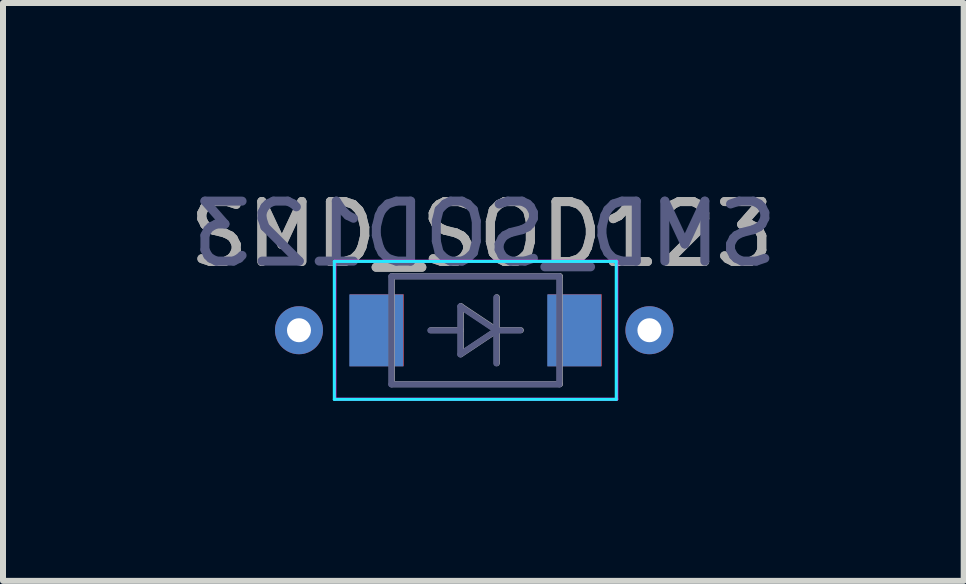
<source format=kicad_pcb>
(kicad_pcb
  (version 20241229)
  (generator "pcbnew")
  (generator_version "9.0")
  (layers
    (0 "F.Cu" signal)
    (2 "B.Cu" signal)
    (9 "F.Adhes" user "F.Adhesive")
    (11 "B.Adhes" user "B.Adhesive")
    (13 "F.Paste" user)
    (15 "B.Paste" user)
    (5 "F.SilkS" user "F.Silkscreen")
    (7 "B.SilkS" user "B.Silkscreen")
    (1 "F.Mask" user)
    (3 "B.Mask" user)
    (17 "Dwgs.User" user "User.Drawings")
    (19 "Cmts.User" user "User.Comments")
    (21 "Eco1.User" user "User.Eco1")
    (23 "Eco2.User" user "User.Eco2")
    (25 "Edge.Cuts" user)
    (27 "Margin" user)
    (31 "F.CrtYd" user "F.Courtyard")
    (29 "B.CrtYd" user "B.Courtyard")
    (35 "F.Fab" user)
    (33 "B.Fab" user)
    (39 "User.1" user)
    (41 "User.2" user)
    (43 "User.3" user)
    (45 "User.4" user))
  (footprint "SMD_SOD123"
    (layer "F.Cu")
    (at 4.982 2.855)
    (property "Reference" "SMD_SOD123" (at 0 -2 0) (layer "F.Fab") (effects (font (size 1 1) (thickness 0.15))))
    (attr smd)
    (fp_line (start -2.459 -1.547) (end -2.459 0.753) (stroke (width 0.05) (type solid)) (layer "B.CrtYd"))
    (fp_line (start -2.459 0.753) (end 2.241 0.753) (stroke (width 0.05) (type solid)) (layer "B.CrtYd"))
    (fp_line (start 2.241 -1.547) (end -2.459 -1.547) (stroke (width 0.05) (type solid)) (layer "B.CrtYd"))
    (fp_line (start 2.241 -1.547) (end 2.241 0.753) (stroke (width 0.05) (type solid)) (layer "B.CrtYd"))
    (fp_line (start -2.45 -1.55) (end 2.25 -1.55) (stroke (width 0.05) (type solid)) (layer "F.CrtYd"))
    (fp_line (start -2.45 0.75) (end -2.45 -1.55) (stroke (width 0.05) (type solid)) (layer "F.CrtYd"))
    (fp_line (start 2.25 0.75) (end -2.45 0.75) (stroke (width 0.05) (type solid)) (layer "F.CrtYd"))
    (fp_line (start 2.25 0.75) (end 2.25 -1.55) (stroke (width 0.05) (type solid)) (layer "F.CrtYd"))
    (fp_line (start -1.509 -1.297) (end -1.509 0.503) (stroke (width 0.1) (type solid)) (layer "B.Fab"))
    (fp_line (start -1.509 0.503) (end 1.291 0.503) (stroke (width 0.1) (type solid)) (layer "B.Fab"))
    (fp_line (start -0.359 -0.797) (end -0.359 0.003) (stroke (width 0.1) (type solid)) (layer "B.Fab"))
    (fp_line (start -0.359 -0.397) (end -0.859 -0.397) (stroke (width 0.1) (type solid)) (layer "B.Fab"))
    (fp_line (start -0.359 0.003) (end 0.241 -0.397) (stroke (width 0.1) (type solid)) (layer "B.Fab"))
    (fp_line (start 0.241 -0.397) (end -0.359 -0.797) (stroke (width 0.1) (type solid)) (layer "B.Fab"))
    (fp_line (start 0.241 -0.397) (end 0.241 -0.947) (stroke (width 0.1) (type solid)) (layer "B.Fab"))
    (fp_line (start 0.241 -0.397) (end 0.241 0.153) (stroke (width 0.1) (type solid)) (layer "B.Fab"))
    (fp_line (start 0.641 -0.397) (end 0.241 -0.397) (stroke (width 0.1) (type solid)) (layer "B.Fab"))
    (fp_line (start 1.291 -1.297) (end -1.509 -1.297) (stroke (width 0.1) (type solid)) (layer "B.Fab"))
    (fp_line (start 1.291 0.503) (end 1.291 -1.297) (stroke (width 0.1) (type solid)) (layer "B.Fab"))
    (fp_line (start -1.5 -1.3) (end 1.3 -1.3) (stroke (width 0.1) (type solid)) (layer "F.Fab"))
    (fp_line (start -1.5 0.5) (end -1.5 -1.3) (stroke (width 0.1) (type solid)) (layer "F.Fab"))
    (fp_line (start -0.35 -0.8) (end 0.25 -0.4) (stroke (width 0.1) (type solid)) (layer "F.Fab"))
    (fp_line (start -0.35 -0.4) (end -0.85 -0.4) (stroke (width 0.1) (type solid)) (layer "F.Fab"))
    (fp_line (start -0.35 0) (end -0.35 -0.8) (stroke (width 0.1) (type solid)) (layer "F.Fab"))
    (fp_line (start 0.25 -0.4) (end -0.35 0) (stroke (width 0.1) (type solid)) (layer "F.Fab"))
    (fp_line (start 0.25 -0.4) (end 0.25 -0.95) (stroke (width 0.1) (type solid)) (layer "F.Fab"))
    (fp_line (start 0.25 -0.4) (end 0.25 0.15) (stroke (width 0.1) (type solid)) (layer "F.Fab"))
    (fp_line (start 0.65 -0.4) (end 0.25 -0.4) (stroke (width 0.1) (type solid)) (layer "F.Fab"))
    (fp_line (start 1.3 -1.3) (end 1.3 0.5) (stroke (width 0.1) (type solid)) (layer "F.Fab"))
    (fp_line (start 1.3 0.5) (end -1.5 0.5) (stroke (width 0.1) (type solid)) (layer "F.Fab"))
    (fp_text user "${REFERENCE}" (at 0.051 -2.007 0) (layer "B.Fab") (effects (font (size 1 1) (thickness 0.15)) (justify mirror)))
    (fp_text user "${REFERENCE}" (at 0 -2 0) (layer "F.Fab") (effects (font (size 1 1) (thickness 0.15))))
    (pad "1" thru_hole circle (at -3.048 -0.4) (size 0.8 0.8) (drill 0.4) (layers "*.Cu" "*.Mask"))
    (pad "1" smd rect (at -1.759 -0.397) (size 0.9 1.2) (layers "B.Cu" "B.Mask" "B.Paste"))
    (pad "1" smd rect (at -1.75 -0.4 180) (size 0.9 1.2) (layers "F.Cu" "F.Mask" "F.Paste"))
    (pad "2" smd rect (at 1.541 -0.397) (size 0.9 1.2) (layers "B.Cu" "B.Mask" "B.Paste"))
    (pad "2" smd rect (at 1.55 -0.4 180) (size 0.9 1.2) (layers "F.Cu" "F.Mask" "F.Paste"))
    (pad "2" thru_hole circle (at 2.794 -0.4) (size 0.8 0.8) (drill 0.4) (layers "*.Cu" "*.Mask")))
  (gr_rect
    (start -3 -3)
    (end 13.015 6.633)
    (stroke (width 0.1) (type default))
    (fill no)
    (layer "Edge.Cuts")))
</source>
